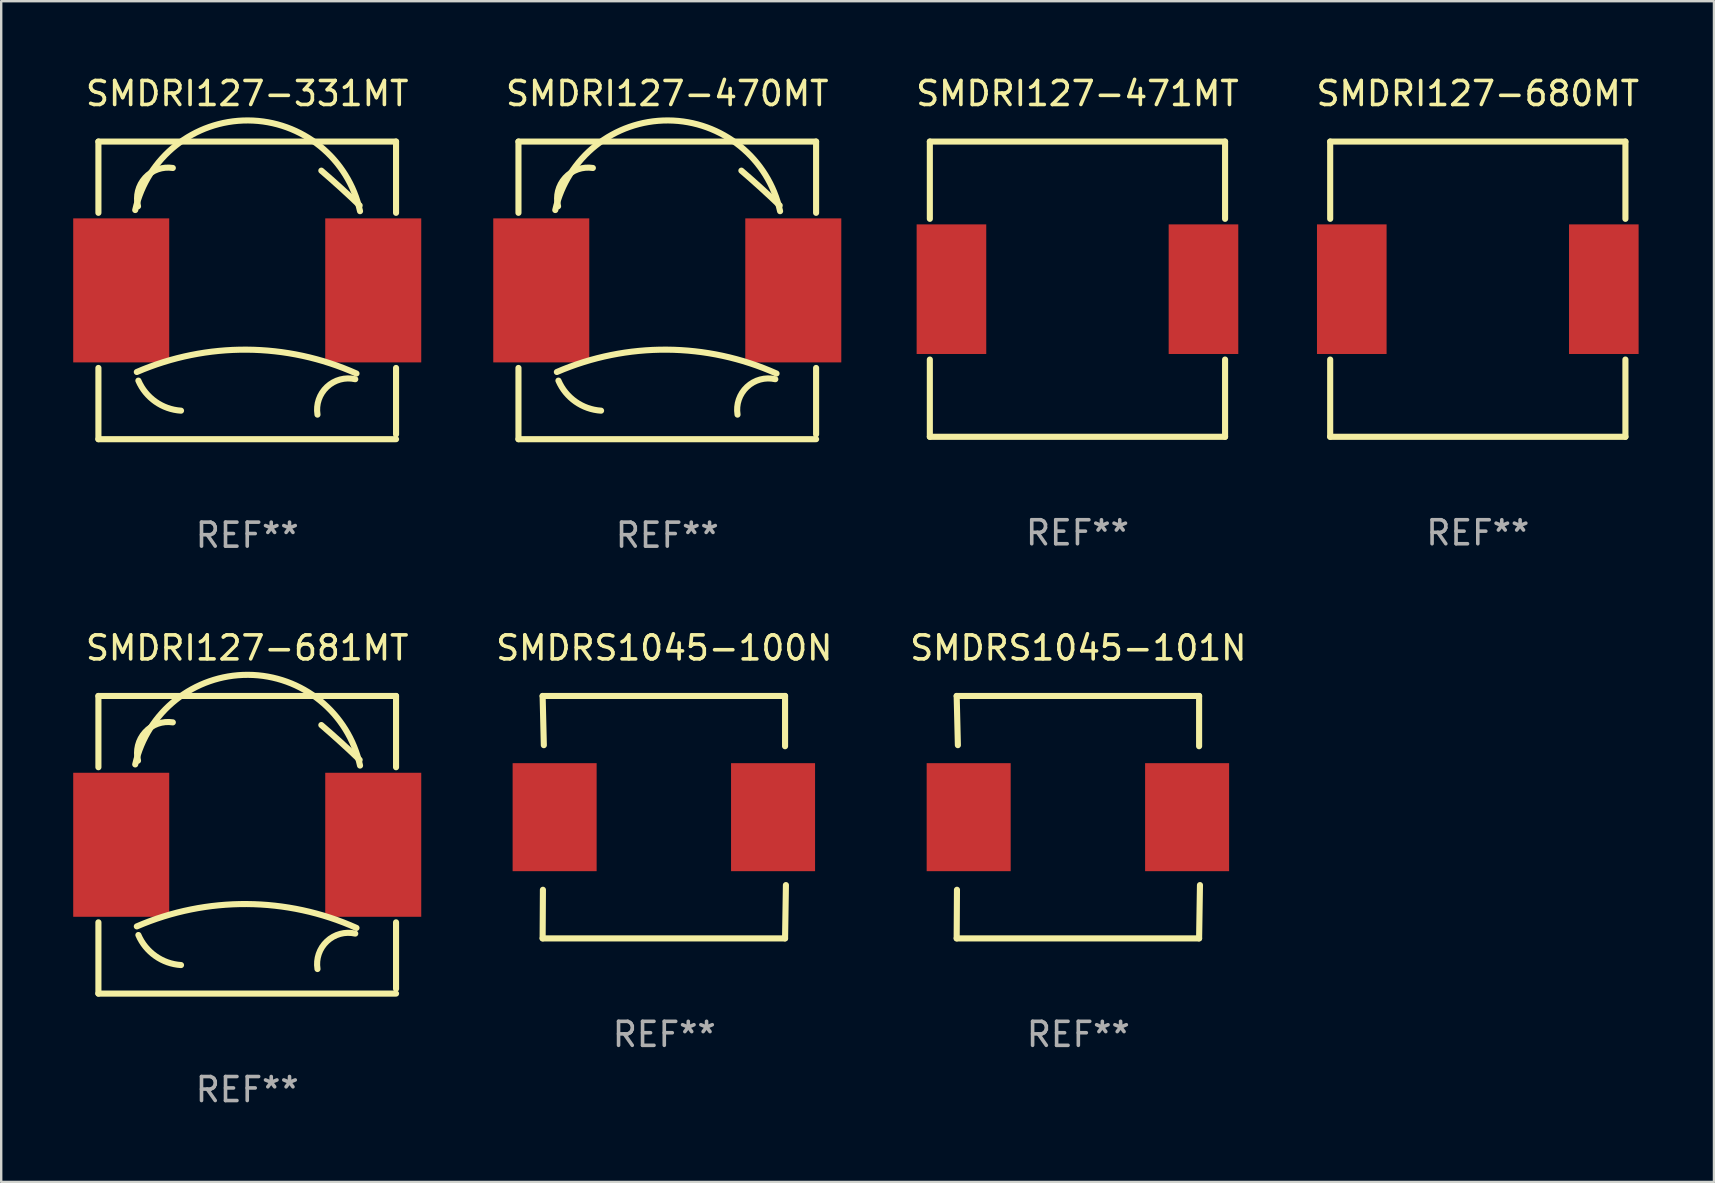
<source format=kicad_pcb>
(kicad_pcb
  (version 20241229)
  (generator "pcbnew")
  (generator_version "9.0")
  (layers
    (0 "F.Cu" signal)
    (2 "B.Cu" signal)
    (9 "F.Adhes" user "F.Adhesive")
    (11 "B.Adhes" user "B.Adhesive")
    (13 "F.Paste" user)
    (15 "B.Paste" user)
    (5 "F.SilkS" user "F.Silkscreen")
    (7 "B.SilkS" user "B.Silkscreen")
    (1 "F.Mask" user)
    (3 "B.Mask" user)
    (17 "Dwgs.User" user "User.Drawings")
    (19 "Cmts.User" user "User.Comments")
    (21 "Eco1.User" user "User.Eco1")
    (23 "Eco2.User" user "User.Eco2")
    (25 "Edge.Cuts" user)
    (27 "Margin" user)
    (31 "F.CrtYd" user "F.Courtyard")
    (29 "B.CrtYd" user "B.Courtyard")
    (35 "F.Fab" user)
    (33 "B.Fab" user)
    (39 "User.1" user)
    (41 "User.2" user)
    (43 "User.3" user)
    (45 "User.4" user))
  (footprint "SMDRI127-681MT"
    (layer "F.Cu")
    (at 7.25 32.145)
    (property "Reference" "SMDRI127-681MT" (at 0 -8.2 0) (layer "F.SilkS") (effects (font (size 1 1) (thickness 0.15))))
    (attr through_hole)
    (fp_line (start -6.2 -6.2) (end -6.2 -3.231) (stroke (width 0.254) (type solid)) (layer "F.SilkS"))
    (fp_line (start -6.2 -6.2) (end 6.2 -6.2) (stroke (width 0.254) (type solid)) (layer "F.SilkS"))
    (fp_line (start -6.2 3.231) (end -6.2 6.2) (stroke (width 0.254) (type solid)) (layer "F.SilkS"))
    (fp_line (start -6.2 6.2) (end 6.2 6.2) (stroke (width 0.254) (type solid)) (layer "F.SilkS"))
    (fp_line (start 6.2 -6.2) (end 6.2 -3.231) (stroke (width 0.254) (type solid)) (layer "F.SilkS"))
    (fp_line (start 6.2 3.231) (end 6.2 6) (stroke (width 0.254) (type solid)) (layer "F.SilkS"))
    (fp_arc (start -4.666268 -3.347523) (mid 0.035925 -7.080035) (end 4.7 -3.3) (stroke (width 0.254001) (type solid)) (layer "F.SilkS"))
    (fp_arc (start -4.6 3.4) (mid -0.017181 2.469621) (end 4.552248 3.463678) (stroke (width 0.254001) (type solid)) (layer "F.SilkS"))
    (fp_arc (start -4.54986 -3.504115) (mid -4.254361 -4.692196) (end -3.1 -5.099999) (stroke (width 0.254001) (type solid)) (layer "F.SilkS"))
    (fp_arc (start -2.758293 5.011176) (mid -3.822943 4.635946) (end -4.534316 3.759462) (stroke (width 0.254001) (type solid)) (layer "F.SilkS"))
    (fp_arc (start 2.927153 5.17587) (mid 3.321583 4.020185) (end 4.5 3.7) (stroke (width 0.254001) (type solid)) (layer "F.SilkS"))
    (fp_arc (start 3.08763 -4.988189) (mid 3.895745 -4.274456) (end 4.683515 -3.538329) (stroke (width 0.254001) (type solid)) (layer "F.SilkS"))
    (fp_circle (center -6.15 6.15) (end -6.12 6.15) (stroke (width 0.06) (type solid)) (fill no) (layer "F.SilkS"))
    (fp_text user "REF**" (at 0 10.2 0) (layer "F.Fab") (effects (font (size 1 1) (thickness 0.15))))
    (pad "1" smd rect (at -5.25 0) (size 4 6) (layers "F.Cu" "F.Mask" "F.Paste"))
    (pad "2" smd rect (at 5.25 0) (size 4 6) (layers "F.Cu" "F.Mask" "F.Paste")))
  (footprint "SMDRI127-680MT"
    (layer "F.Cu")
    (at 58.518 8.998)
    (property "Reference" "SMDRI127-680MT" (at 0 -8.15 0) (layer "F.SilkS") (effects (font (size 1 1) (thickness 0.15))))
    (attr through_hole)
    (fp_line (start -6.15 -6.15) (end -6.15 -2.931) (stroke (width 0.254) (type solid)) (layer "F.SilkS"))
    (fp_line (start -6.15 -6.15) (end 6.15 -6.15) (stroke (width 0.254) (type solid)) (layer "F.SilkS"))
    (fp_line (start -6.15 2.931) (end -6.15 6.15) (stroke (width 0.254) (type solid)) (layer "F.SilkS"))
    (fp_line (start -6.15 6.15) (end 6.15 6.15) (stroke (width 0.254) (type solid)) (layer "F.SilkS"))
    (fp_line (start 6.15 -2.931) (end 6.15 -6.15) (stroke (width 0.254) (type solid)) (layer "F.SilkS"))
    (fp_line (start 6.15 6.15) (end 6.15 2.931) (stroke (width 0.254) (type solid)) (layer "F.SilkS"))
    (fp_circle (center -6.15 6.15) (end -6.12 6.15) (stroke (width 0.06) (type solid)) (fill no) (layer "F.SilkS"))
    (fp_text user "REF**" (at 0 10.15 0) (layer "F.Fab") (effects (font (size 1 1) (thickness 0.15))))
    (pad "1" smd rect (at -5.25 0) (size 2.9 5.4) (layers "F.Cu" "F.Mask" "F.Paste"))
    (pad "2" smd rect (at 5.25 0) (size 2.9 5.4) (layers "F.Cu" "F.Mask" "F.Paste")))
  (footprint "SMDRI127-331MT"
    (layer "F.Cu")
    (at 7.25 9.048)
    (property "Reference" "SMDRI127-331MT" (at 0 -8.2 0) (layer "F.SilkS") (effects (font (size 1 1) (thickness 0.15))))
    (attr through_hole)
    (fp_line (start -6.2 -6.2) (end -6.2 -3.231) (stroke (width 0.254) (type solid)) (layer "F.SilkS"))
    (fp_line (start -6.2 -6.2) (end 6.2 -6.2) (stroke (width 0.254) (type solid)) (layer "F.SilkS"))
    (fp_line (start -6.2 3.231) (end -6.2 6.2) (stroke (width 0.254) (type solid)) (layer "F.SilkS"))
    (fp_line (start -6.2 6.2) (end 6.2 6.2) (stroke (width 0.254) (type solid)) (layer "F.SilkS"))
    (fp_line (start 6.2 -6.2) (end 6.2 -3.231) (stroke (width 0.254) (type solid)) (layer "F.SilkS"))
    (fp_line (start 6.2 3.231) (end 6.2 6) (stroke (width 0.254) (type solid)) (layer "F.SilkS"))
    (fp_arc (start -4.666268 -3.347523) (mid 0.035925 -7.080035) (end 4.7 -3.3) (stroke (width 0.254001) (type solid)) (layer "F.SilkS"))
    (fp_arc (start -4.6 3.4) (mid -0.017181 2.469621) (end 4.552248 3.463678) (stroke (width 0.254001) (type solid)) (layer "F.SilkS"))
    (fp_arc (start -4.54986 -3.504115) (mid -4.254361 -4.692196) (end -3.1 -5.099999) (stroke (width 0.254001) (type solid)) (layer "F.SilkS"))
    (fp_arc (start -2.758293 5.011176) (mid -3.822943 4.635946) (end -4.534316 3.759462) (stroke (width 0.254001) (type solid)) (layer "F.SilkS"))
    (fp_arc (start 2.927153 5.17587) (mid 3.321583 4.020185) (end 4.5 3.7) (stroke (width 0.254001) (type solid)) (layer "F.SilkS"))
    (fp_arc (start 3.08763 -4.988189) (mid 3.895745 -4.274456) (end 4.683515 -3.538329) (stroke (width 0.254001) (type solid)) (layer "F.SilkS"))
    (fp_circle (center -6.15 6.15) (end -6.12 6.15) (stroke (width 0.06) (type solid)) (fill no) (layer "F.SilkS"))
    (fp_text user "REF**" (at 0 10.2 0) (layer "F.Fab") (effects (font (size 1 1) (thickness 0.15))))
    (pad "1" smd rect (at -5.25 0) (size 4 6) (layers "F.Cu" "F.Mask" "F.Paste"))
    (pad "2" smd rect (at 5.25 0) (size 4 6) (layers "F.Cu" "F.Mask" "F.Paste")))
  (footprint "SMDRS1045-101N"
    (layer "F.Cu")
    (at 41.875 30.995)
    (property "Reference" "SMDRS1045-101N" (at 0 -7.05 0) (layer "F.SilkS") (effects (font (size 1 1) (thickness 0.15))))
    (attr through_hole)
    (fp_line (start -5.068 -5.05) (end 5.032 -5.05) (stroke (width 0.254) (type solid)) (layer "F.SilkS"))
    (fp_line (start -5.068 5.05) (end -5.056 3.025) (stroke (width 0.254) (type solid)) (layer "F.SilkS"))
    (fp_line (start -5.018 -3) (end -5.068 -5.05) (stroke (width 0.254) (type solid)) (layer "F.SilkS"))
    (fp_line (start 5.032 -5.05) (end 5.032 -2.956) (stroke (width 0.254) (type solid)) (layer "F.SilkS"))
    (fp_line (start 5.032 5.05) (end -5.068 5.05) (stroke (width 0.254) (type solid)) (layer "F.SilkS"))
    (fp_line (start 5.068 2.829) (end 5.032 5.05) (stroke (width 0.254) (type solid)) (layer "F.SilkS"))
    (fp_circle (center -5.068 5.05) (end -5.038 5.05) (stroke (width 0.06) (type solid)) (fill no) (layer "F.SilkS"))
    (fp_text user "REF**" (at 0 9.05 0) (layer "F.Fab") (effects (font (size 1 1) (thickness 0.15))))
    (pad "1" smd rect (at -4.568 0 90) (size 4.5 3.5) (layers "F.Cu" "F.Mask" "F.Paste"))
    (pad "2" smd rect (at 4.532 0 90) (size 4.5 3.5) (layers "F.Cu" "F.Mask" "F.Paste")))
  (footprint "SMDRI127-471MT"
    (layer "F.Cu")
    (at 41.839 8.998)
    (property "Reference" "SMDRI127-471MT" (at 0 -8.15 0) (layer "F.SilkS") (effects (font (size 1 1) (thickness 0.15))))
    (attr through_hole)
    (fp_line (start -6.15 -6.15) (end -6.15 -2.931) (stroke (width 0.254) (type solid)) (layer "F.SilkS"))
    (fp_line (start -6.15 -6.15) (end 6.15 -6.15) (stroke (width 0.254) (type solid)) (layer "F.SilkS"))
    (fp_line (start -6.15 2.931) (end -6.15 6.15) (stroke (width 0.254) (type solid)) (layer "F.SilkS"))
    (fp_line (start -6.15 6.15) (end 6.15 6.15) (stroke (width 0.254) (type solid)) (layer "F.SilkS"))
    (fp_line (start 6.15 -2.931) (end 6.15 -6.15) (stroke (width 0.254) (type solid)) (layer "F.SilkS"))
    (fp_line (start 6.15 6.15) (end 6.15 2.931) (stroke (width 0.254) (type solid)) (layer "F.SilkS"))
    (fp_circle (center -6.15 6.15) (end -6.12 6.15) (stroke (width 0.06) (type solid)) (fill no) (layer "F.SilkS"))
    (fp_text user "REF**" (at 0 10.15 0) (layer "F.Fab") (effects (font (size 1 1) (thickness 0.15))))
    (pad "1" smd rect (at -5.25 0) (size 2.9 5.4) (layers "F.Cu" "F.Mask" "F.Paste"))
    (pad "2" smd rect (at 5.25 0) (size 2.9 5.4) (layers "F.Cu" "F.Mask" "F.Paste")))
  (footprint "SMDRS1045-100N"
    (layer "F.Cu")
    (at 24.625 30.995)
    (property "Reference" "SMDRS1045-100N" (at 0 -7.05 0) (layer "F.SilkS") (effects (font (size 1 1) (thickness 0.15))))
    (attr through_hole)
    (fp_line (start -5.068 -5.05) (end 5.032 -5.05) (stroke (width 0.254) (type solid)) (layer "F.SilkS"))
    (fp_line (start -5.068 5.05) (end -5.056 3.025) (stroke (width 0.254) (type solid)) (layer "F.SilkS"))
    (fp_line (start -5.018 -3) (end -5.068 -5.05) (stroke (width 0.254) (type solid)) (layer "F.SilkS"))
    (fp_line (start 5.032 -5.05) (end 5.032 -2.956) (stroke (width 0.254) (type solid)) (layer "F.SilkS"))
    (fp_line (start 5.032 5.05) (end -5.068 5.05) (stroke (width 0.254) (type solid)) (layer "F.SilkS"))
    (fp_line (start 5.068 2.829) (end 5.032 5.05) (stroke (width 0.254) (type solid)) (layer "F.SilkS"))
    (fp_circle (center -5.068 5.05) (end -5.038 5.05) (stroke (width 0.06) (type solid)) (fill no) (layer "F.SilkS"))
    (fp_text user "REF**" (at 0 9.05 0) (layer "F.Fab") (effects (font (size 1 1) (thickness 0.15))))
    (pad "1" smd rect (at -4.568 0 90) (size 4.5 3.5) (layers "F.Cu" "F.Mask" "F.Paste"))
    (pad "2" smd rect (at 4.532 0 90) (size 4.5 3.5) (layers "F.Cu" "F.Mask" "F.Paste")))
  (footprint "SMDRI127-470MT"
    (layer "F.Cu")
    (at 24.75 9.048)
    (property "Reference" "SMDRI127-470MT" (at 0 -8.2 0) (layer "F.SilkS") (effects (font (size 1 1) (thickness 0.15))))
    (attr through_hole)
    (fp_line (start -6.2 -6.2) (end -6.2 -3.231) (stroke (width 0.254) (type solid)) (layer "F.SilkS"))
    (fp_line (start -6.2 -6.2) (end 6.2 -6.2) (stroke (width 0.254) (type solid)) (layer "F.SilkS"))
    (fp_line (start -6.2 3.231) (end -6.2 6.2) (stroke (width 0.254) (type solid)) (layer "F.SilkS"))
    (fp_line (start -6.2 6.2) (end 6.2 6.2) (stroke (width 0.254) (type solid)) (layer "F.SilkS"))
    (fp_line (start 6.2 -6.2) (end 6.2 -3.231) (stroke (width 0.254) (type solid)) (layer "F.SilkS"))
    (fp_line (start 6.2 3.231) (end 6.2 6) (stroke (width 0.254) (type solid)) (layer "F.SilkS"))
    (fp_arc (start -4.666268 -3.347523) (mid 0.035925 -7.080035) (end 4.7 -3.3) (stroke (width 0.254001) (type solid)) (layer "F.SilkS"))
    (fp_arc (start -4.6 3.4) (mid -0.017181 2.469621) (end 4.552248 3.463678) (stroke (width 0.254001) (type solid)) (layer "F.SilkS"))
    (fp_arc (start -4.54986 -3.504115) (mid -4.254361 -4.692196) (end -3.1 -5.099999) (stroke (width 0.254001) (type solid)) (layer "F.SilkS"))
    (fp_arc (start -2.758293 5.011176) (mid -3.822943 4.635946) (end -4.534316 3.759462) (stroke (width 0.254001) (type solid)) (layer "F.SilkS"))
    (fp_arc (start 2.927153 5.17587) (mid 3.321583 4.020185) (end 4.5 3.7) (stroke (width 0.254001) (type solid)) (layer "F.SilkS"))
    (fp_arc (start 3.08763 -4.988189) (mid 3.895745 -4.274456) (end 4.683515 -3.538329) (stroke (width 0.254001) (type solid)) (layer "F.SilkS"))
    (fp_circle (center -6.15 6.15) (end -6.12 6.15) (stroke (width 0.06) (type solid)) (fill no) (layer "F.SilkS"))
    (fp_text user "REF**" (at 0 10.2 0) (layer "F.Fab") (effects (font (size 1 1) (thickness 0.15))))
    (pad "1" smd rect (at -5.25 0) (size 4 6) (layers "F.Cu" "F.Mask" "F.Paste"))
    (pad "2" smd rect (at 5.25 0) (size 4 6) (layers "F.Cu" "F.Mask" "F.Paste")))
  (gr_rect
    (start -3 -3)
    (end 68.357 46.193)
    (stroke (width 0.1) (type default))
    (fill no)
    (layer "Edge.Cuts")))
</source>
